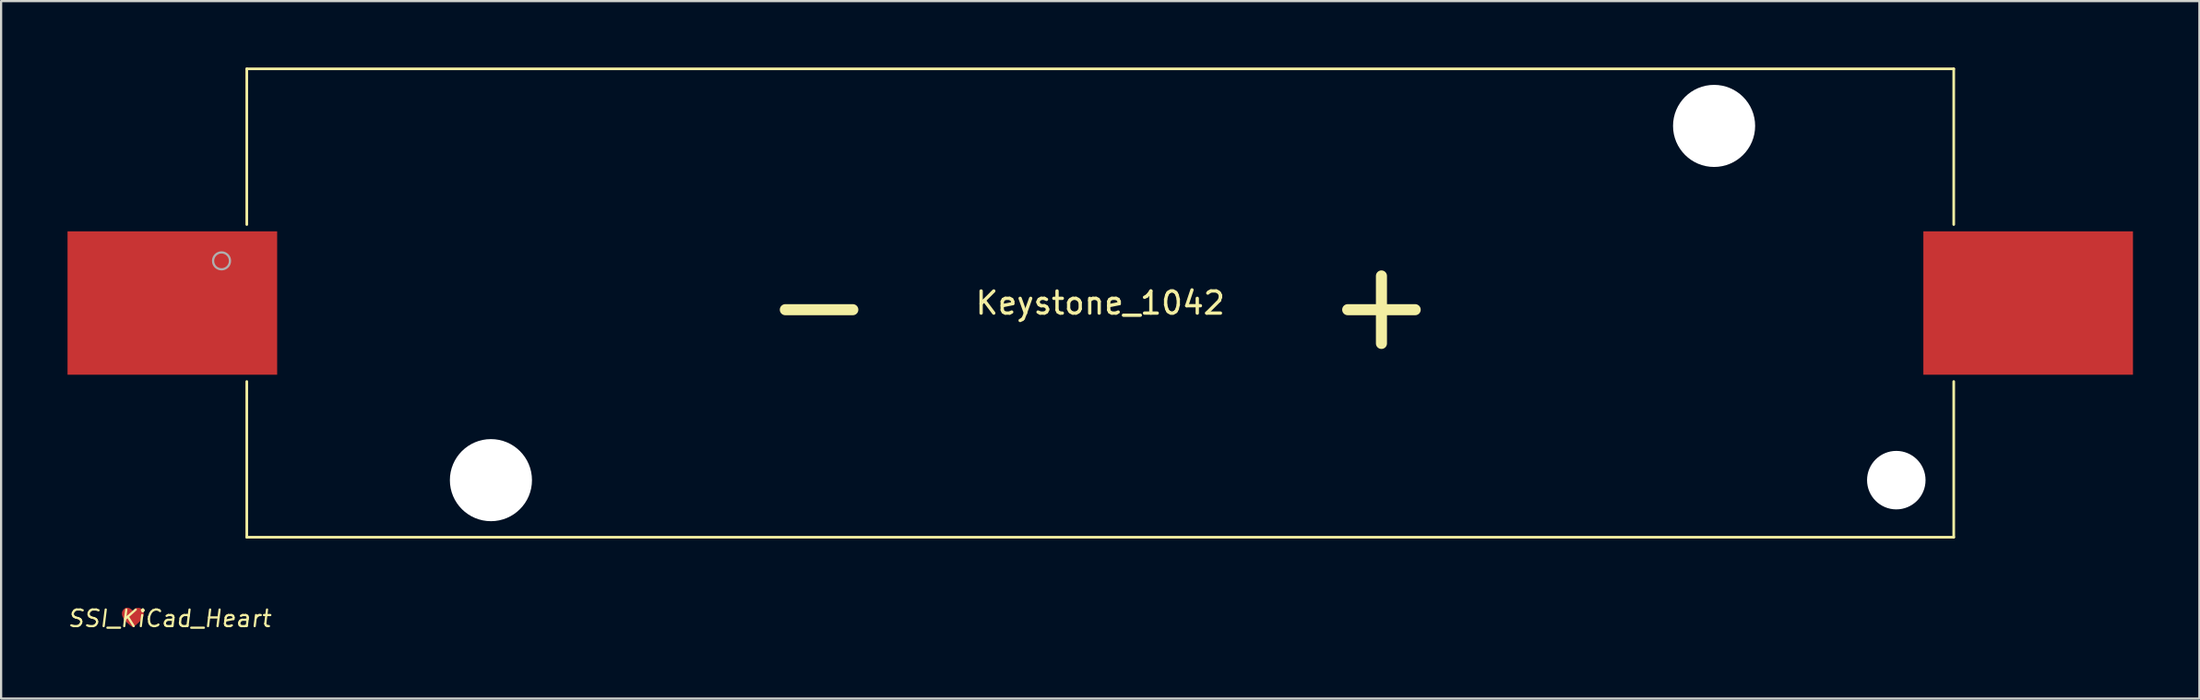
<source format=kicad_pcb>
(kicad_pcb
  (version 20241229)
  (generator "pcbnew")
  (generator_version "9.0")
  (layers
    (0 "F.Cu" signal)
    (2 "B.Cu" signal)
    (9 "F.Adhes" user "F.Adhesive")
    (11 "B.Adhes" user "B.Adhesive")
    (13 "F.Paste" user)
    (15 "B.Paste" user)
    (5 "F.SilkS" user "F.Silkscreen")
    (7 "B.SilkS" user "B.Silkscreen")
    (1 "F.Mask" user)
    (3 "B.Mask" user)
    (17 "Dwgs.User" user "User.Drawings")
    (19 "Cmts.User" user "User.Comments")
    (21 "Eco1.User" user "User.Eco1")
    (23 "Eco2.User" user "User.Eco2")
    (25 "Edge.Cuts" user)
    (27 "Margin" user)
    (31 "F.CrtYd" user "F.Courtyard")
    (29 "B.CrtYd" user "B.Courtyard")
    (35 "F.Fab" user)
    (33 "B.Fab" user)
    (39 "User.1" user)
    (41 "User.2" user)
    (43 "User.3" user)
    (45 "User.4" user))
  (footprint "Keystone_1042"
    (layer "F.Cu")
    (at 46.644 10.639)
    (property "Reference" "Keystone_1042" (at 0 0 0) (layer "F.SilkS") (effects (font (size 1 1) (thickness 0.15))))
    (attr smd)
    (fp_line (start -38.548 -10.579) (end -38.548 -3.546) (stroke (width 0.12) (type solid)) (layer "F.SilkS"))
    (fp_line (start -38.548 10.579) (end -38.548 3.546) (stroke (width 0.12) (type solid)) (layer "F.SilkS"))
    (fp_line (start -38.548 10.579) (end 38.548 10.579) (stroke (width 0.12) (type solid)) (layer "F.SilkS"))
    (fp_line (start 38.548 -10.579) (end -38.548 -10.579) (stroke (width 0.12) (type solid)) (layer "F.SilkS"))
    (fp_line (start 38.548 -3.546) (end 38.548 -10.579) (stroke (width 0.12) (type solid)) (layer "F.SilkS"))
    (fp_line (start 38.548 10.579) (end 38.548 3.546) (stroke (width 0.12) (type solid)) (layer "F.SilkS"))
    (fp_circle (center -39.688 -1.905) (end -39.306 -1.905) (stroke (width 0.1) (type solid)) (fill no) (layer "F.Fab"))
    (fp_text user "-" (at -12.7 0 0) (layer "F.SilkS") (effects (font (size 4 4) (thickness 0.5))))
    (fp_text user "+" (at 12.7 0 0) (layer "F.SilkS") (effects (font (size 4 4) (thickness 0.5))))
    (fp_text user "Copyright 2021 Accelerated Designs. All rights reserved." (at 0 0 0) (layer "Cmts.User") (effects (font (size 0.127 0.127) (thickness 0.002))))
    (pad "" np_thru_hole circle (at -27.521 8.001) (size 3.708 3.708) (drill 3.708) (layers "*.Cu" "*.Mask"))
    (pad "" np_thru_hole circle (at 27.724 -8.001) (size 3.708 3.708) (drill 3.708) (layers "*.Cu" "*.Mask"))
    (pad "" np_thru_hole circle (at 35.954 8.001) (size 2.642 2.642) (drill 2.642) (layers "*.Cu" "*.Mask"))
    (pad "1" smd rect (at -41.91 0) (size 9.468 6.477) (layers "F.Cu" "F.Mask" "F.Paste"))
    (pad "2" smd rect (at 41.91 0) (size 9.468 6.477) (layers "F.Cu" "F.Mask" "F.Paste")))
  (footprint "SSI_KiCad_Heart"
    (layer "F.Cu")
    (at 2.9 24.892)
    (property "Reference" "SSI_KiCad_Heart" (at 1.7 0 0) (layer "F.SilkS") (effects (font (size 0.75 0.75) (thickness 0.1) (italic yes))))
    (attr through_hole)
    (fp_poly (pts (xy -0.065 -0.444) (xy -0.021 -0.41) (xy 0.029 -0.368) (xy 0.058 -0.353) (xy 0.073 -0.362) (xy 0.076 -0.368) (xy 0.101 -0.4) (xy 0.148 -0.438) (xy 0.162 -0.447) (xy 0.254 -0.481) (xy 0.346 -0.478) (xy 0.429 -0.441) (xy 0.496 -0.373) (xy 0.532 -0.297) (xy 0.541 -0.191) (xy 0.51 -0.078) (xy 0.438 0.043) (xy 0.432 0.051) (xy 0.386 0.104) (xy 0.324 0.167) (xy 0.254 0.232) (xy 0.183 0.293) (xy 0.12 0.343) (xy 0.073 0.374) (xy 0.054 0.381) (xy 0.027 0.369) (xy -0.022 0.336) (xy -0.083 0.291) (xy -0.085 0.289) (xy -0.229 0.163) (xy -0.336 0.04) (xy -0.406 -0.078) (xy -0.438 -0.188) (xy -0.432 -0.29) (xy -0.387 -0.381) (xy -0.326 -0.443) (xy -0.243 -0.484) (xy -0.155 -0.484) (xy -0.065 -0.444)) (stroke (width 0.01) (type solid)) (fill yes) (layer "F.Cu"))
    (fp_poly (pts (xy -0.065 -0.444) (xy -0.021 -0.41) (xy 0.029 -0.368) (xy 0.058 -0.353) (xy 0.073 -0.362) (xy 0.076 -0.368) (xy 0.101 -0.4) (xy 0.148 -0.438) (xy 0.162 -0.447) (xy 0.254 -0.481) (xy 0.346 -0.478) (xy 0.429 -0.441) (xy 0.496 -0.373) (xy 0.532 -0.297) (xy 0.541 -0.191) (xy 0.51 -0.078) (xy 0.438 0.043) (xy 0.432 0.051) (xy 0.386 0.104) (xy 0.324 0.167) (xy 0.254 0.232) (xy 0.183 0.293) (xy 0.12 0.343) (xy 0.073 0.374) (xy 0.054 0.381) (xy 0.027 0.369) (xy -0.022 0.336) (xy -0.083 0.291) (xy -0.085 0.289) (xy -0.229 0.163) (xy -0.336 0.04) (xy -0.406 -0.078) (xy -0.438 -0.188) (xy -0.432 -0.29) (xy -0.387 -0.381) (xy -0.326 -0.443) (xy -0.243 -0.484) (xy -0.155 -0.484) (xy -0.065 -0.444)) (stroke (width 0.01) (type solid)) (fill yes) (layer "F.Mask")))
  (gr_rect
    (start -3 -3)
    (end 96.288 28.507)
    (stroke (width 0.1) (type default))
    (fill no)
    (layer "Edge.Cuts")))
</source>
